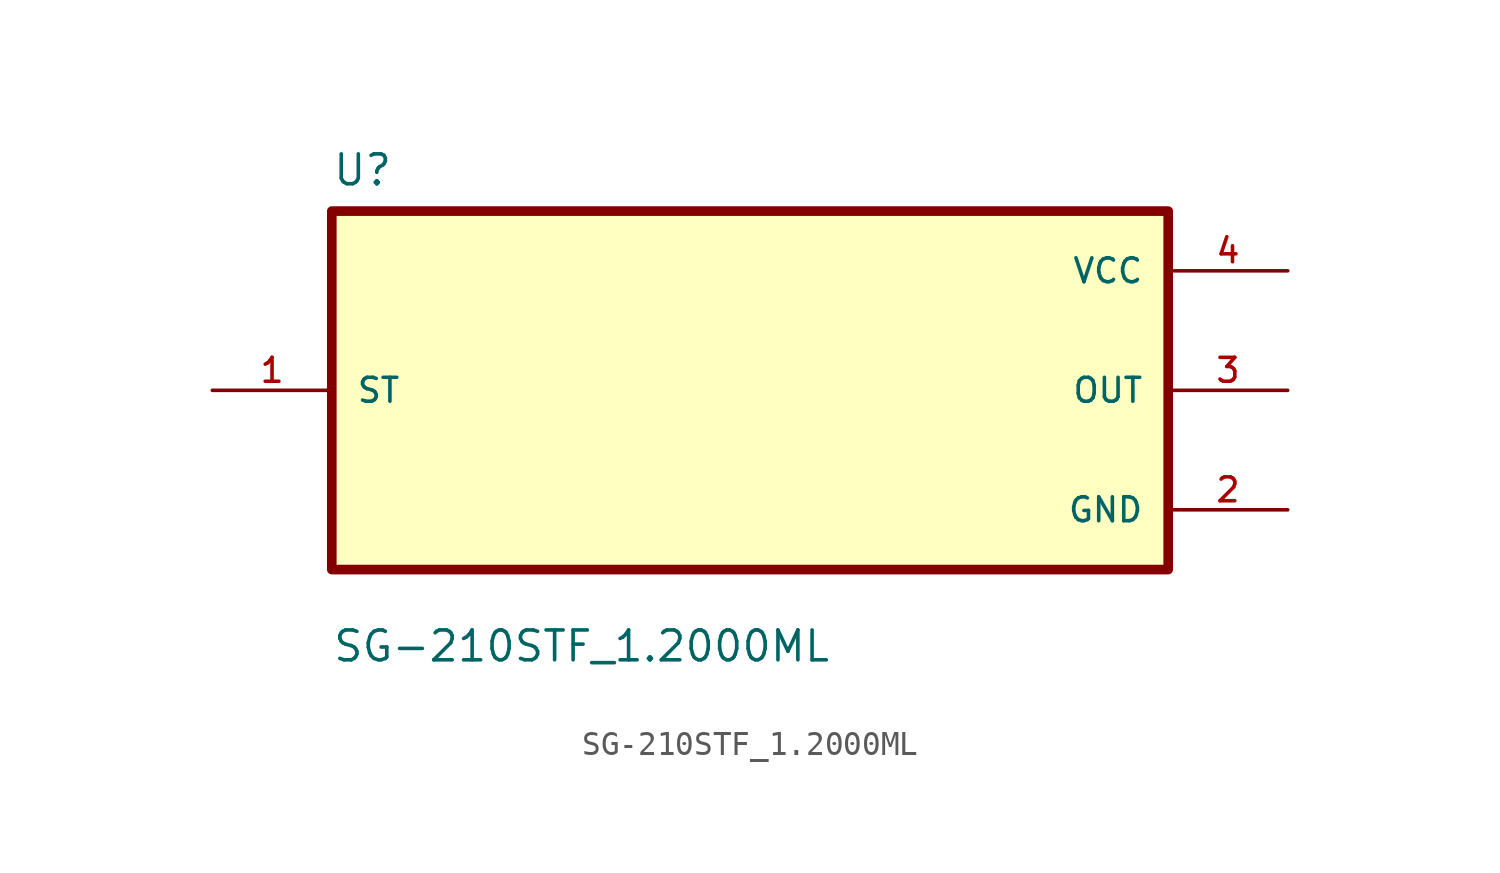
<source format=kicad_sym>
(kicad_symbol_lib
  (version 20211014)
  (generator kicad_symbol_editor)
  (symbol "SG-210STF_1.2000ML"
    (pin_names
      (offset 1.016))
    (property "Reference" "U"
      (at -17.78 8.62 0.0)
      (effects (font (size 1.27 1.27)) (justify bottom left)))
    (property "Value" "SG-210STF_1.2000ML"
      (at -17.78 -11.62 0.0)
      (effects (font (size 1.27 1.27)) (justify bottom left)))
    (symbol "SG-210STF_1.2000ML_0_0"
      (rectangle (start -17.78 -7.62) (end 17.78 7.62) (stroke (width 0.41)) (fill (type background)))
      (pin bidirectional line (at -22.86 0.0 0) (length 5.08) (name "ST" (effects (font (size 1.016 1.016)))) (number "1" (effects (font (size 1.016 1.016)))))
      (pin power_in line (at 22.86 5.08 180.0) (length 5.08) (name "VCC" (effects (font (size 1.016 1.016)))) (number "4" (effects (font (size 1.016 1.016)))))
      (pin output line (at 22.86 0.0 180.0) (length 5.08) (name "OUT" (effects (font (size 1.016 1.016)))) (number "3" (effects (font (size 1.016 1.016)))))
      (pin power_in line (at 22.86 -5.08 180.0) (length 5.08) (name "GND" (effects (font (size 1.016 1.016)))) (number "2" (effects (font (size 1.016 1.016))))))))
</source>
